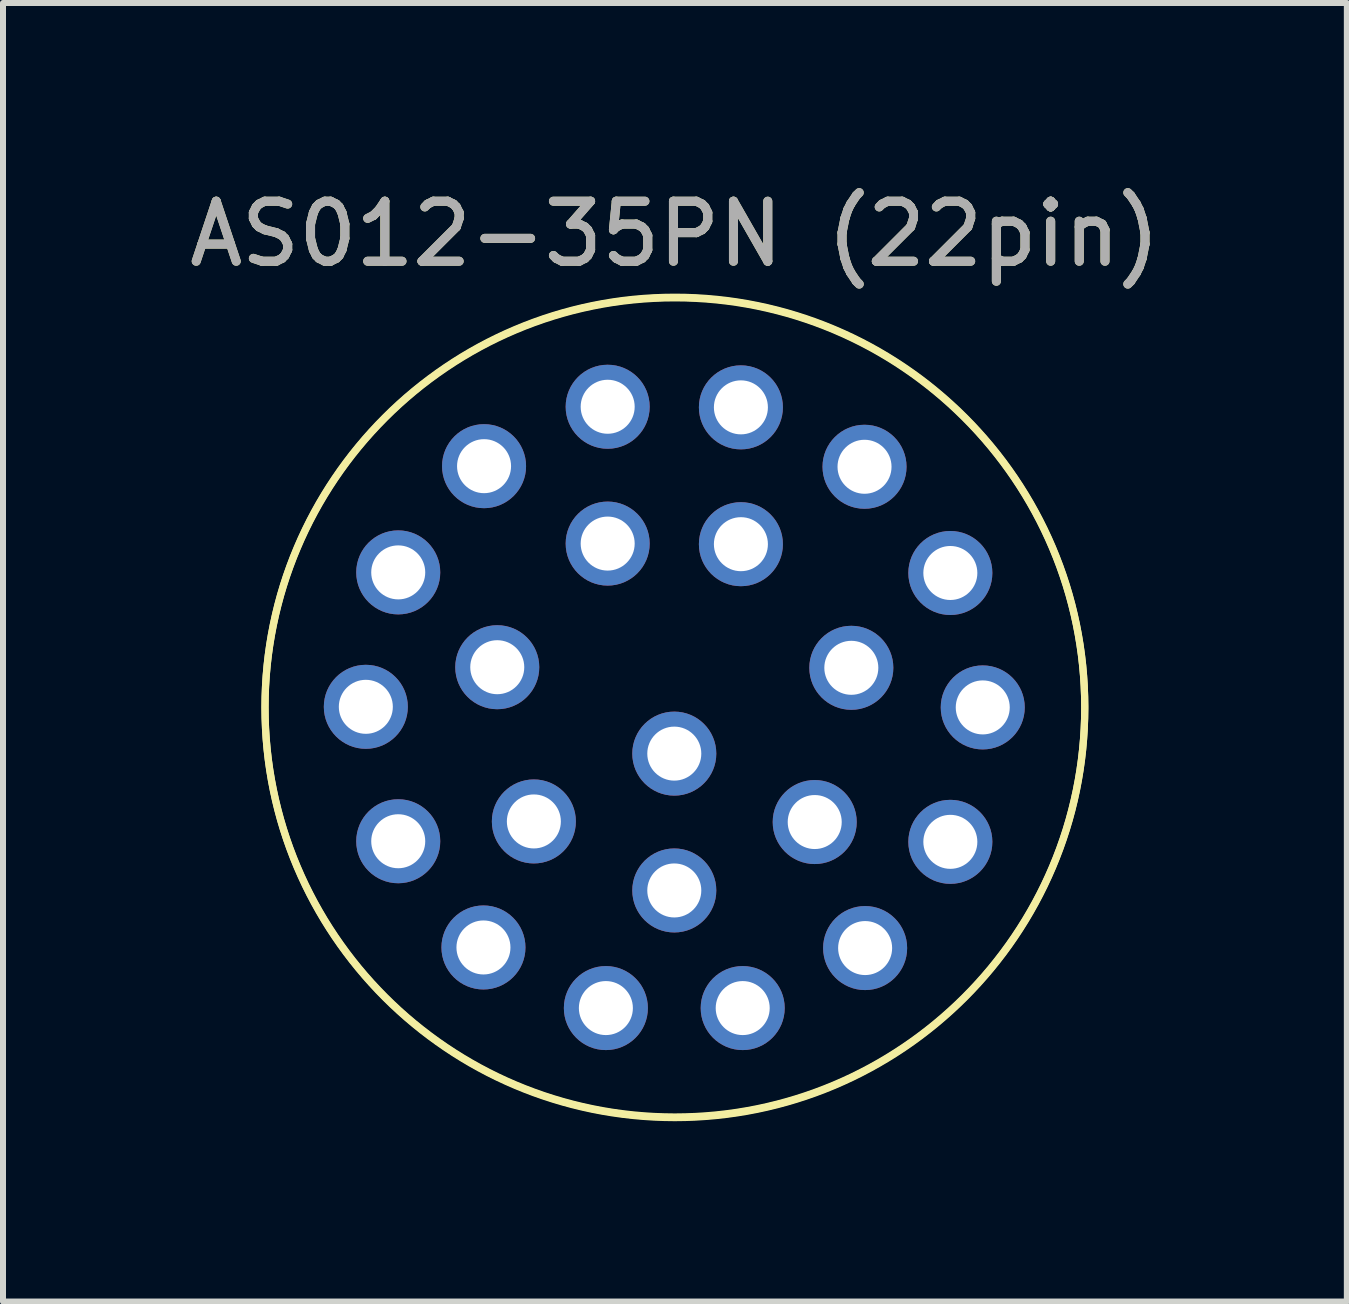
<source format=kicad_pcb>
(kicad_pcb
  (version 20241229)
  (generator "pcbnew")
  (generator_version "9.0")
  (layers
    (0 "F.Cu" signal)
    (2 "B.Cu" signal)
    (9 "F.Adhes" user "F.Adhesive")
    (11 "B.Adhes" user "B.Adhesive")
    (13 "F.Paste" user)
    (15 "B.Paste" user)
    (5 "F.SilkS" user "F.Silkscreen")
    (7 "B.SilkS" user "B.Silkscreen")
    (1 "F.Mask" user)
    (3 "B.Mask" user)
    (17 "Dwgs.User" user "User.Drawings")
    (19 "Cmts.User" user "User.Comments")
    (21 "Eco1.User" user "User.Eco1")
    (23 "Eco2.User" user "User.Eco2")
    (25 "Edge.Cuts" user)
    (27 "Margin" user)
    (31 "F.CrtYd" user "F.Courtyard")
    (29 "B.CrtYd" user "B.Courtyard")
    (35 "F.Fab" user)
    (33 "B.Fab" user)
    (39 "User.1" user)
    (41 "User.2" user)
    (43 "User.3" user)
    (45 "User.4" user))
  (footprint "AS012-35PN (22pin)"
    (layer "F.Cu")
    (at 8.196 8.738)
    (property "Reference" "AS012-35PN (22pin)" (at 0 -7.89 0) (unlocked yes) (layer "F.SilkS") (effects (font (size 1 1) (thickness 0.15))))
    (attr smd)
    (fp_arc (start 6.83 0) (mid -6.829998 0.005015) (end 6.829993 -0.010029) (stroke (width 0.12) (type solid)) (layer "F.SilkS"))
    (fp_arc (start 6.830007 0.010029) (mid -6.829991 0.01455) (end 6.83 0) (stroke (width 0.12) (type solid)) (layer "F.SilkS"))
    (fp_text user "${REFERENCE}" (at 0 -7.89 0) (unlocked yes) (layer "F.Fab") (effects (font (size 1 1) (thickness 0.15))))
    (pad "1" thru_hole circle (at 1.1 -5) (size 1.4 1.4) (drill 0.9) (layers "*.Cu" "*.Mask"))
    (pad "2" thru_hole circle (at 3.16 -4.01) (size 1.4 1.4) (drill 0.9) (layers "*.Cu" "*.Mask"))
    (pad "3" thru_hole circle (at 4.59 -2.24) (size 1.4 1.4) (drill 0.9) (layers "*.Cu" "*.Mask"))
    (pad "4" thru_hole circle (at 5.13 0) (size 1.4 1.4) (drill 0.9) (layers "*.Cu" "*.Mask"))
    (pad "5" thru_hole circle (at 4.59 2.24) (size 1.4 1.4) (drill 0.9) (layers "*.Cu" "*.Mask"))
    (pad "6" thru_hole circle (at 3.17 4.01) (size 1.4 1.4) (drill 0.9) (layers "*.Cu" "*.Mask"))
    (pad "7" thru_hole circle (at 1.13 5.01) (size 1.4 1.4) (drill 0.9) (layers "*.Cu" "*.Mask"))
    (pad "8" thru_hole circle (at -1.15 5.01) (size 1.4 1.4) (drill 0.9) (layers "*.Cu" "*.Mask"))
    (pad "9" thru_hole circle (at -3.19 4) (size 1.4 1.4) (drill 0.9) (layers "*.Cu" "*.Mask"))
    (pad "10" thru_hole circle (at -4.61 2.23) (size 1.4 1.4) (drill 0.9) (layers "*.Cu" "*.Mask"))
    (pad "11" thru_hole circle (at -5.15 -0.01) (size 1.4 1.4) (drill 0.9) (layers "*.Cu" "*.Mask"))
    (pad "12" thru_hole circle (at -4.61 -2.25) (size 1.4 1.4) (drill 0.9) (layers "*.Cu" "*.Mask"))
    (pad "13" thru_hole circle (at -3.18 -4.02) (size 1.4 1.4) (drill 0.9) (layers "*.Cu" "*.Mask"))
    (pad "14" thru_hole circle (at -1.12 -5.01) (size 1.4 1.4) (drill 0.9) (layers "*.Cu" "*.Mask"))
    (pad "15" thru_hole circle (at 1.1 -2.72) (size 1.4 1.4) (drill 0.9) (layers "*.Cu" "*.Mask"))
    (pad "16" thru_hole circle (at 2.94 -0.66) (size 1.4 1.4) (drill 0.9) (layers "*.Cu" "*.Mask"))
    (pad "17" thru_hole circle (at 2.33 1.91) (size 1.4 1.4) (drill 0.9) (layers "*.Cu" "*.Mask"))
    (pad "18" thru_hole circle (at -0.01 3.05) (size 1.4 1.4) (drill 0.9) (layers "*.Cu" "*.Mask"))
    (pad "19" thru_hole circle (at -2.35 1.9) (size 1.4 1.4) (drill 0.9) (layers "*.Cu" "*.Mask"))
    (pad "20" thru_hole circle (at -2.96 -0.67) (size 1.4 1.4) (drill 0.9) (layers "*.Cu" "*.Mask"))
    (pad "21" thru_hole circle (at -1.12 -2.73) (size 1.4 1.4) (drill 0.9) (layers "*.Cu" "*.Mask"))
    (pad "22" thru_hole circle (at -0.01 0.77) (size 1.4 1.4) (drill 0.9) (layers "*.Cu" "*.Mask")))
  (gr_rect
    (start -3 -3)
    (end 19.393 18.638)
    (stroke (width 0.1) (type default))
    (fill no)
    (layer "Edge.Cuts")))
</source>
